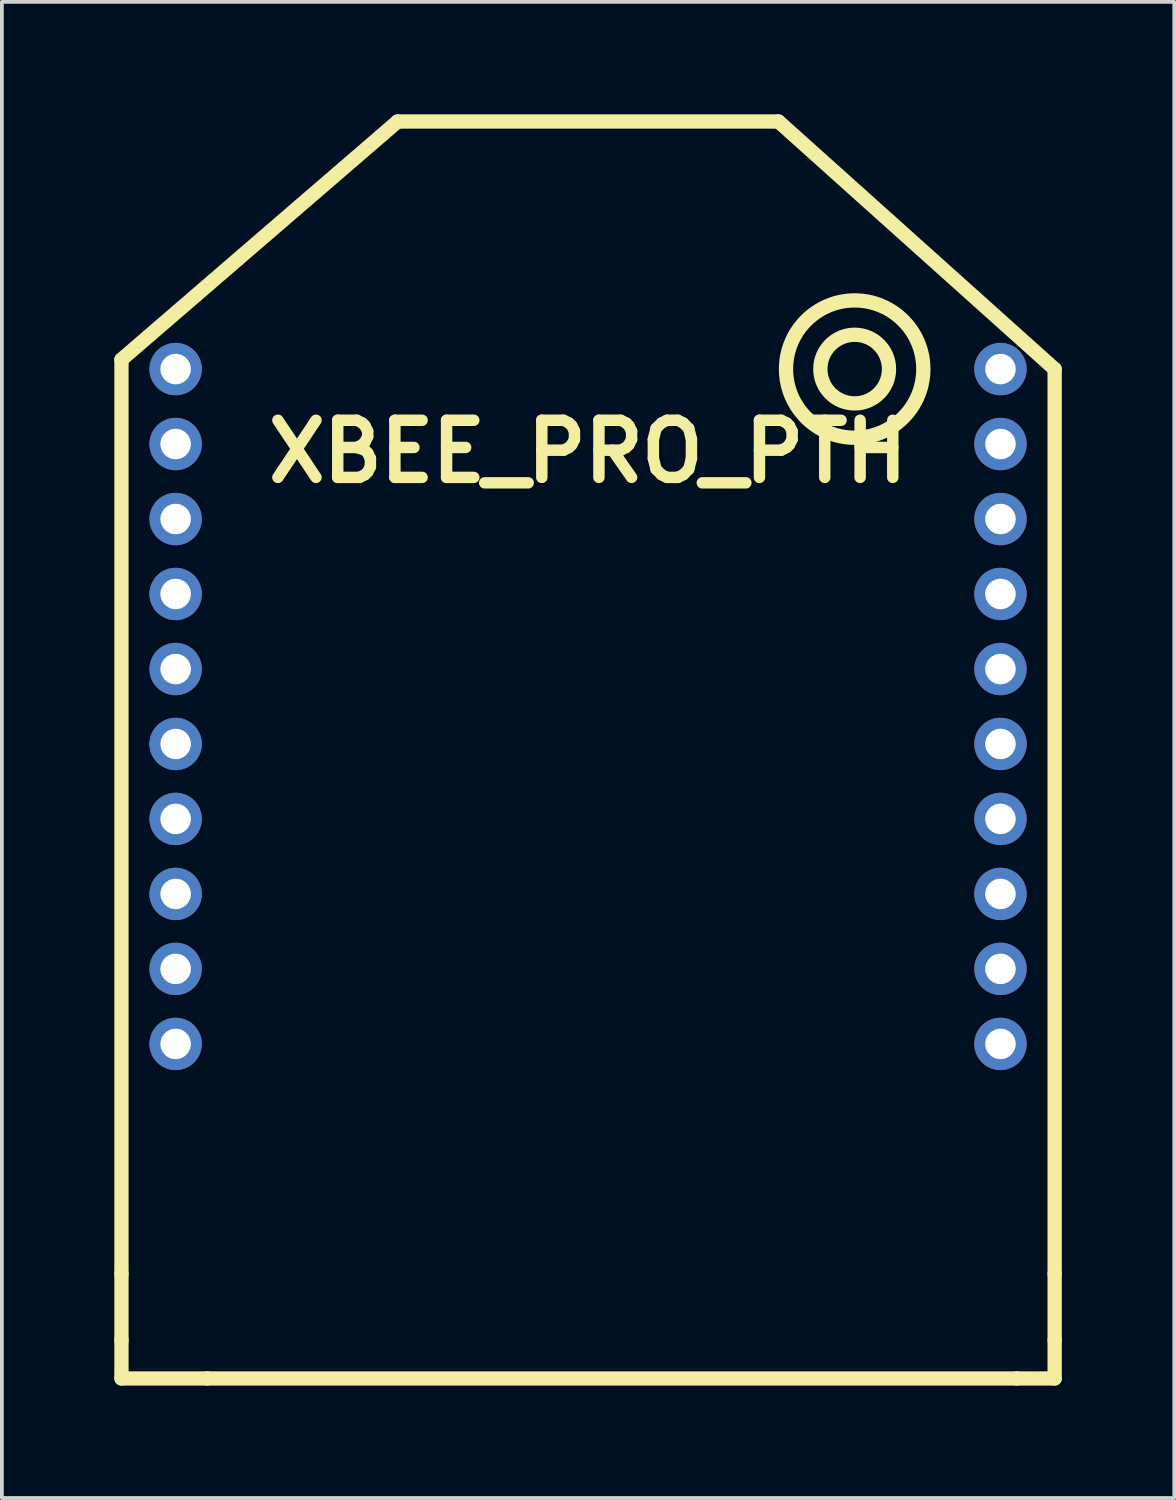
<source format=kicad_pcb>
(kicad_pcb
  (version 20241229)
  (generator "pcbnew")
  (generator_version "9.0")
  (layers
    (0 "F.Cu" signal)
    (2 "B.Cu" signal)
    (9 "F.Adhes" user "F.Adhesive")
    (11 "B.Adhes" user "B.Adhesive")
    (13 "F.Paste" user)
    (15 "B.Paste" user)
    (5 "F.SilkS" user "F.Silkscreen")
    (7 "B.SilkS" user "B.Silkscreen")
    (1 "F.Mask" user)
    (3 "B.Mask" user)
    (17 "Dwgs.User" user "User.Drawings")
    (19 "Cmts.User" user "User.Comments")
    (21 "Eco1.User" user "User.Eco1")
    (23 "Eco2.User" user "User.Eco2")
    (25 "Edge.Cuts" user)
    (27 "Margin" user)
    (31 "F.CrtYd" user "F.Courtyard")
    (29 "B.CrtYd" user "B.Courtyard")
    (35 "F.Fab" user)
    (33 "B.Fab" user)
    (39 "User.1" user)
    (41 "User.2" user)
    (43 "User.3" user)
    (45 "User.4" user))
  (footprint "XBEE_PRO_PTH"
    (layer "F.Cu")
    (at 12.636 6.795)
    (property "Reference" "XBEE_PRO_PTH" (at 0 2.2 0) (layer "F.SilkS") (effects (font (size 1.524 1.524) (thickness 0.305))))
    (attr through_hole)
    (fp_line (start -12.446 -0.254) (end -5.08 -6.604) (stroke (width 0.381) (type solid)) (layer "F.SilkS"))
    (fp_line (start -12.446 24.13) (end -12.446 -0.254) (stroke (width 0.381) (type solid)) (layer "F.SilkS"))
    (fp_line (start -12.446 24.13) (end -12.446 25.908) (stroke (width 0.381) (type solid)) (layer "F.SilkS"))
    (fp_line (start -12.446 25.908) (end -12.446 26.924) (stroke (width 0.381) (type solid)) (layer "F.SilkS"))
    (fp_line (start -10.16 26.924) (end -12.446 26.924) (stroke (width 0.381) (type solid)) (layer "F.SilkS"))
    (fp_line (start -10.16 26.924) (end 11.43 26.924) (stroke (width 0.381) (type solid)) (layer "F.SilkS"))
    (fp_line (start -5.08 -6.604) (end 5.08 -6.604) (stroke (width 0.381) (type solid)) (layer "F.SilkS"))
    (fp_line (start 5.08 -6.604) (end 12.446 0) (stroke (width 0.381) (type solid)) (layer "F.SilkS"))
    (fp_line (start 11.43 26.924) (end 12.446 26.924) (stroke (width 0.381) (type solid)) (layer "F.SilkS"))
    (fp_line (start 12.446 0) (end 12.446 24.13) (stroke (width 0.381) (type solid)) (layer "F.SilkS"))
    (fp_line (start 12.446 24.13) (end 12.446 25.908) (stroke (width 0.381) (type solid)) (layer "F.SilkS"))
    (fp_line (start 12.446 25.908) (end 12.446 26.924) (stroke (width 0.381) (type solid)) (layer "F.SilkS"))
    (fp_circle (center 7.112 0) (end 7.874 0.508) (stroke (width 0.381) (type solid)) (fill no) (layer "F.SilkS"))
    (fp_circle (center 7.112 0) (end 8.636 1.016) (stroke (width 0.381) (type solid)) (fill no) (layer "F.SilkS"))
    (pad "1" thru_hole circle (at -11.001 0) (size 1.397 1.397) (drill 0.813) (layers "*.Cu" "*.Mask"))
    (pad "2" thru_hole circle (at -11.001 1.999) (size 1.397 1.397) (drill 0.813) (layers "*.Cu" "*.Mask"))
    (pad "3" thru_hole circle (at -11.001 4) (size 1.397 1.397) (drill 0.813) (layers "*.Cu" "*.Mask"))
    (pad "4" thru_hole circle (at -11.001 5.999) (size 1.397 1.397) (drill 0.813) (layers "*.Cu" "*.Mask"))
    (pad "5" thru_hole circle (at -11.001 8.001) (size 1.397 1.397) (drill 0.813) (layers "*.Cu" "*.Mask"))
    (pad "6" thru_hole circle (at -11.001 10) (size 1.397 1.397) (drill 0.813) (layers "*.Cu" "*.Mask"))
    (pad "7" thru_hole circle (at -11.001 11.999) (size 1.397 1.397) (drill 0.813) (layers "*.Cu" "*.Mask"))
    (pad "8" thru_hole circle (at -11.001 14) (size 1.397 1.397) (drill 0.813) (layers "*.Cu" "*.Mask"))
    (pad "9" thru_hole circle (at -11.001 15.999) (size 1.397 1.397) (drill 0.813) (layers "*.Cu" "*.Mask"))
    (pad "10" thru_hole circle (at -11.001 18.001) (size 1.397 1.397) (drill 0.813) (layers "*.Cu" "*.Mask"))
    (pad "11" thru_hole circle (at 11.001 18.001) (size 1.397 1.397) (drill 0.813) (layers "*.Cu" "*.Mask"))
    (pad "12" thru_hole circle (at 11.001 15.999) (size 1.397 1.397) (drill 0.813) (layers "*.Cu" "*.Mask"))
    (pad "13" thru_hole circle (at 11.001 14) (size 1.397 1.397) (drill 0.813) (layers "*.Cu" "*.Mask"))
    (pad "14" thru_hole circle (at 11.001 11.999) (size 1.397 1.397) (drill 0.813) (layers "*.Cu" "*.Mask"))
    (pad "15" thru_hole circle (at 11.001 10) (size 1.397 1.397) (drill 0.813) (layers "*.Cu" "*.Mask"))
    (pad "16" thru_hole circle (at 11.001 8.001) (size 1.397 1.397) (drill 0.813) (layers "*.Cu" "*.Mask"))
    (pad "17" thru_hole circle (at 11.001 5.999) (size 1.397 1.397) (drill 0.813) (layers "*.Cu" "*.Mask"))
    (pad "18" thru_hole circle (at 11.001 4) (size 1.397 1.397) (drill 0.813) (layers "*.Cu" "*.Mask"))
    (pad "19" thru_hole circle (at 11.001 1.999) (size 1.397 1.397) (drill 0.813) (layers "*.Cu" "*.Mask"))
    (pad "20" thru_hole circle (at 11.001 0) (size 1.397 1.397) (drill 0.813) (layers "*.Cu" "*.Mask")))
  (gr_rect
    (start -3 -3)
    (end 28.273 36.909)
    (stroke (width 0.1) (type default))
    (fill no)
    (layer "Edge.Cuts")))
</source>
